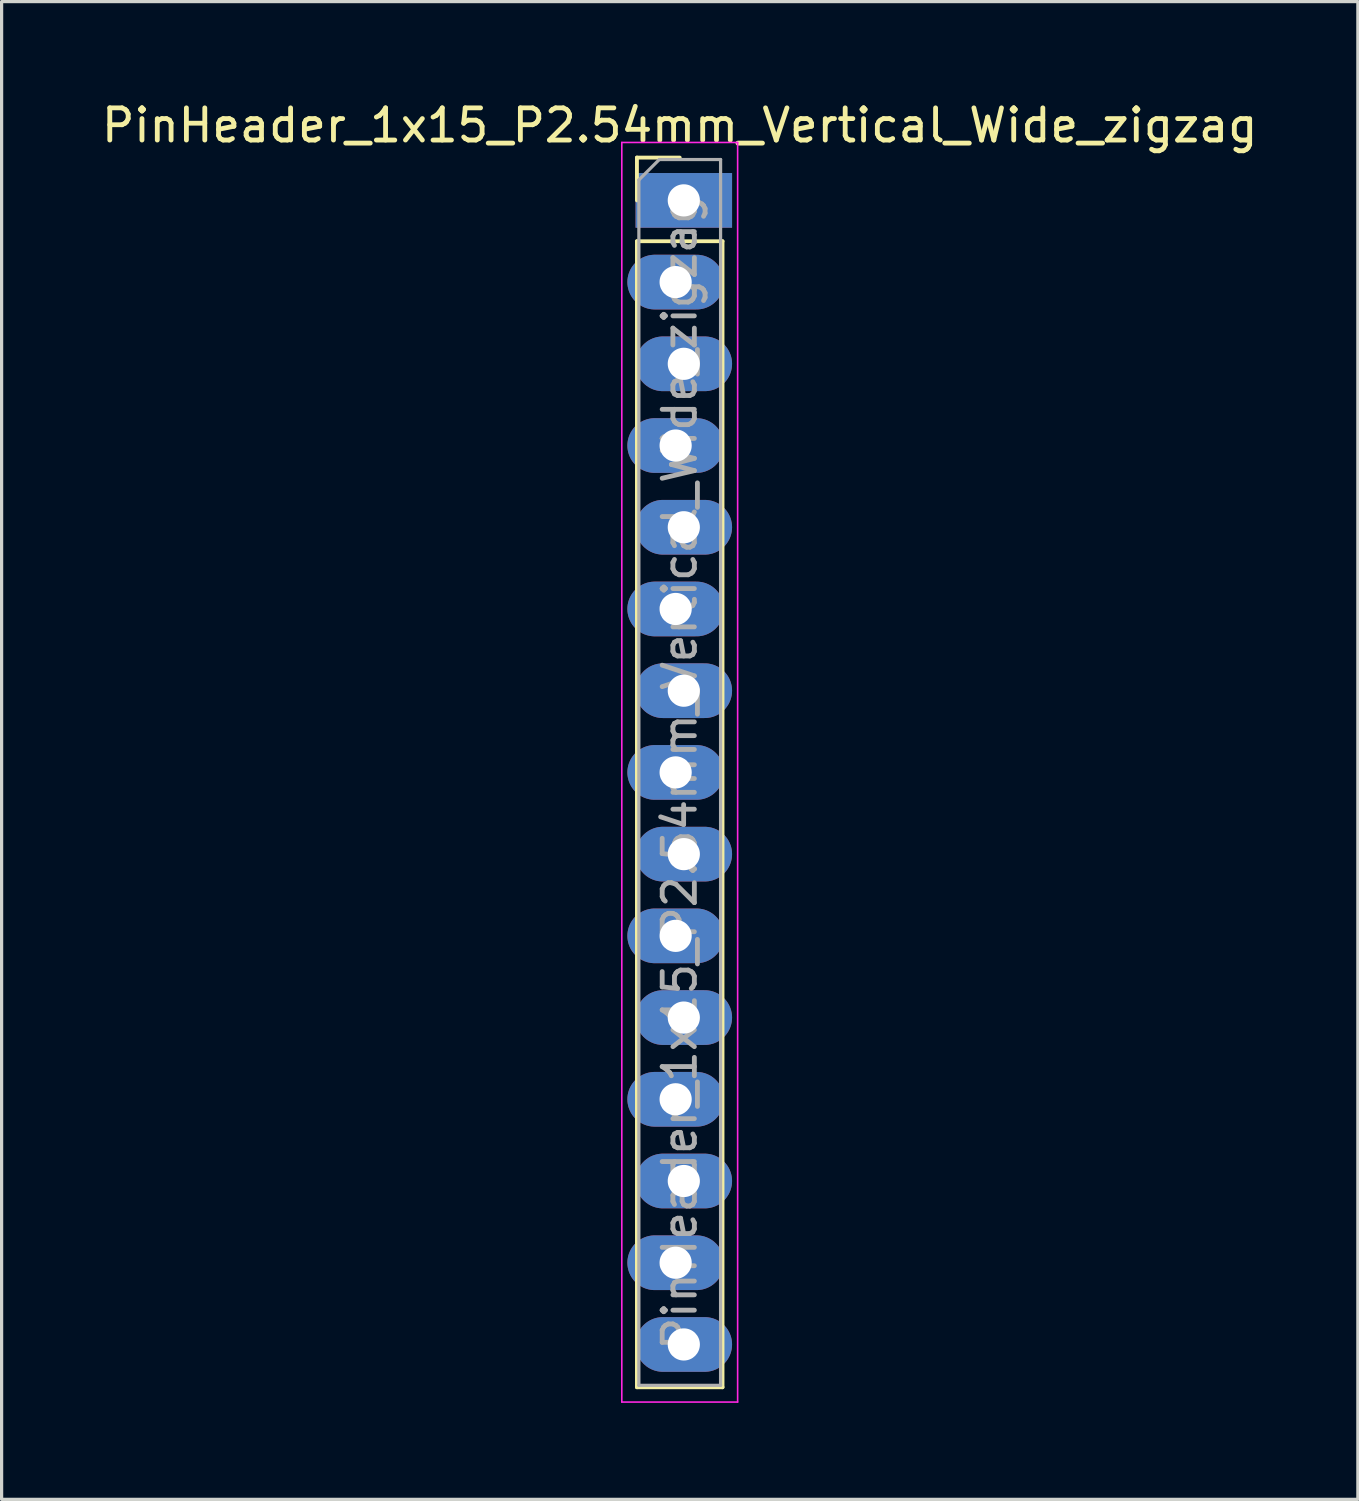
<source format=kicad_pcb>
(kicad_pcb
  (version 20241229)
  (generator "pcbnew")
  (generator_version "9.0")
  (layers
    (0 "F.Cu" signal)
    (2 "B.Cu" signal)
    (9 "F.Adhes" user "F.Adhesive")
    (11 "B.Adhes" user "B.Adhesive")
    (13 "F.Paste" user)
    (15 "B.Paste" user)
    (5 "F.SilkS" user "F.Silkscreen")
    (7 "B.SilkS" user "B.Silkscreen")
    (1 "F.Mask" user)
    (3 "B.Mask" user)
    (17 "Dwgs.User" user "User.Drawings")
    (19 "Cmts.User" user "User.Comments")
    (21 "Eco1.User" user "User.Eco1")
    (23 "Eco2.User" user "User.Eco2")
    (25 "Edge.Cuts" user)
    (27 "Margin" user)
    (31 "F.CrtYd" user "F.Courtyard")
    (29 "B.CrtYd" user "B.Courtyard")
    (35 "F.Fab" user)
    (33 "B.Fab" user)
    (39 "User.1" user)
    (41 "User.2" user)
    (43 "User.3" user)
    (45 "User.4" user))
  (footprint "PinHeader_1x15_P2.54mm_Vertical_Wide_zigzag"
    (layer "F.Cu")
    (at 18.077 3.178)
    (property "Reference" "PinHeader_1x15_P2.54mm_Vertical_Wide_zigzag" (at 0 -2.33 0) (layer "F.SilkS") (effects (font (size 1 1) (thickness 0.15))))
    (attr through_hole)
    (fp_line (start -1.33 -1.33) (end 0 -1.33) (stroke (width 0.12) (type solid)) (layer "F.SilkS"))
    (fp_line (start -1.33 0) (end -1.33 -1.33) (stroke (width 0.12) (type solid)) (layer "F.SilkS"))
    (fp_line (start -1.33 1.27) (end -1.33 36.89) (stroke (width 0.12) (type solid)) (layer "F.SilkS"))
    (fp_line (start -1.33 1.27) (end 1.33 1.27) (stroke (width 0.12) (type solid)) (layer "F.SilkS"))
    (fp_line (start -1.33 36.89) (end 1.33 36.89) (stroke (width 0.12) (type solid)) (layer "F.SilkS"))
    (fp_line (start 1.33 1.27) (end 1.33 36.89) (stroke (width 0.12) (type solid)) (layer "F.SilkS"))
    (fp_line (start -1.8 -1.8) (end -1.8 37.35) (stroke (width 0.05) (type solid)) (layer "F.CrtYd"))
    (fp_line (start -1.8 37.35) (end 1.8 37.35) (stroke (width 0.05) (type solid)) (layer "F.CrtYd"))
    (fp_line (start 1.8 -1.8) (end -1.8 -1.8) (stroke (width 0.05) (type solid)) (layer "F.CrtYd"))
    (fp_line (start 1.8 37.35) (end 1.8 -1.8) (stroke (width 0.05) (type solid)) (layer "F.CrtYd"))
    (fp_line (start -1.27 -0.635) (end -0.635 -1.27) (stroke (width 0.1) (type solid)) (layer "F.Fab"))
    (fp_line (start -1.27 36.83) (end -1.27 -0.635) (stroke (width 0.1) (type solid)) (layer "F.Fab"))
    (fp_line (start -0.635 -1.27) (end 1.27 -1.27) (stroke (width 0.1) (type solid)) (layer "F.Fab"))
    (fp_line (start 1.27 -1.27) (end 1.27 36.83) (stroke (width 0.1) (type solid)) (layer "F.Fab"))
    (fp_line (start 1.27 36.83) (end -1.27 36.83) (stroke (width 0.1) (type solid)) (layer "F.Fab"))
    (fp_text user "${REFERENCE}" (at 0 17.78 90) (layer "F.Fab") (effects (font (size 1 1) (thickness 0.15))))
    (pad "1" thru_hole rect (at 0.127 0) (size 3 1.7) (drill 1) (layers "*.Cu" "*.Mask"))
    (pad "2" thru_hole oval (at -0.127 2.54) (size 3 1.7) (drill 1) (layers "*.Cu" "*.Mask"))
    (pad "3" thru_hole oval (at 0.127 5.08) (size 3 1.7) (drill 1) (layers "*.Cu" "*.Mask"))
    (pad "4" thru_hole oval (at -0.127 7.62) (size 3 1.7) (drill 1) (layers "*.Cu" "*.Mask"))
    (pad "5" thru_hole oval (at 0.127 10.16) (size 3 1.7) (drill 1) (layers "*.Cu" "*.Mask"))
    (pad "6" thru_hole oval (at -0.127 12.7) (size 3 1.7) (drill 1) (layers "*.Cu" "*.Mask"))
    (pad "7" thru_hole oval (at 0.127 15.24) (size 3 1.7) (drill 1) (layers "*.Cu" "*.Mask"))
    (pad "8" thru_hole oval (at -0.127 17.78) (size 3 1.7) (drill 1) (layers "*.Cu" "*.Mask"))
    (pad "9" thru_hole oval (at 0.127 20.32) (size 3 1.7) (drill 1) (layers "*.Cu" "*.Mask"))
    (pad "10" thru_hole oval (at -0.127 22.86) (size 3 1.7) (drill 1) (layers "*.Cu" "*.Mask"))
    (pad "11" thru_hole oval (at 0.127 25.4) (size 3 1.7) (drill 1) (layers "*.Cu" "*.Mask"))
    (pad "12" thru_hole oval (at -0.127 27.94) (size 3 1.7) (drill 1) (layers "*.Cu" "*.Mask"))
    (pad "13" thru_hole oval (at 0.127 30.48) (size 3 1.7) (drill 1) (layers "*.Cu" "*.Mask"))
    (pad "14" thru_hole oval (at -0.127 33.02) (size 3 1.7) (drill 1) (layers "*.Cu" "*.Mask"))
    (pad "15" thru_hole oval (at 0.127 35.56) (size 3 1.7) (drill 1) (layers "*.Cu" "*.Mask")))
  (gr_rect
    (start -3 -3)
    (end 39.155 43.553)
    (stroke (width 0.1) (type default))
    (fill no)
    (layer "Edge.Cuts")))
</source>
